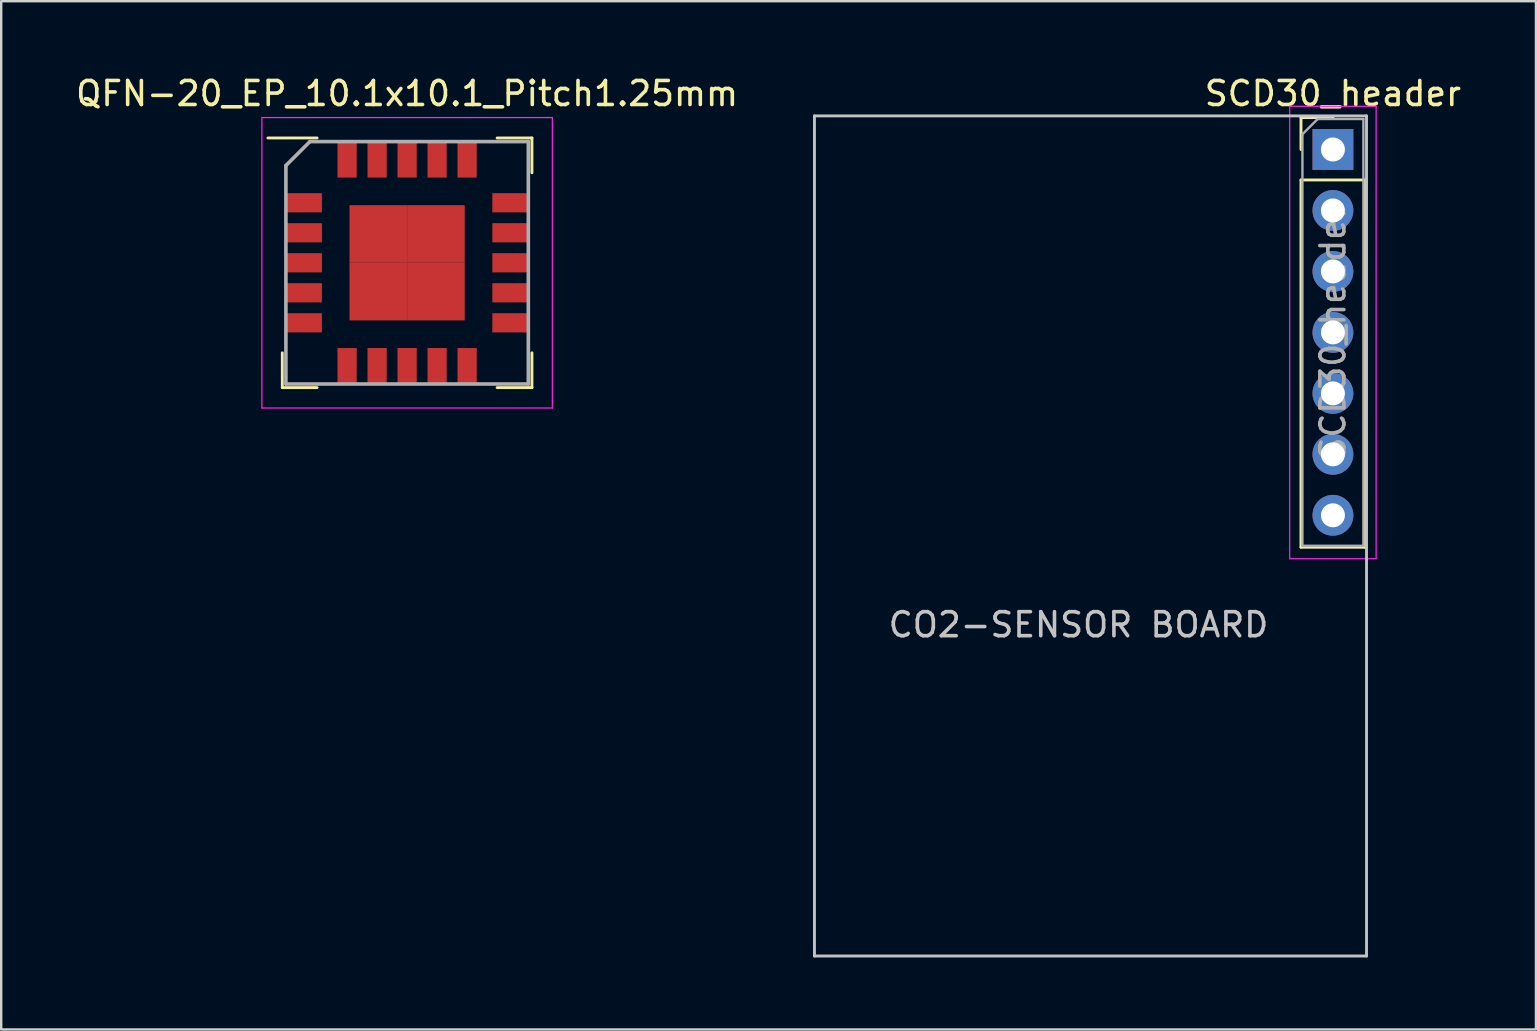
<source format=kicad_pcb>
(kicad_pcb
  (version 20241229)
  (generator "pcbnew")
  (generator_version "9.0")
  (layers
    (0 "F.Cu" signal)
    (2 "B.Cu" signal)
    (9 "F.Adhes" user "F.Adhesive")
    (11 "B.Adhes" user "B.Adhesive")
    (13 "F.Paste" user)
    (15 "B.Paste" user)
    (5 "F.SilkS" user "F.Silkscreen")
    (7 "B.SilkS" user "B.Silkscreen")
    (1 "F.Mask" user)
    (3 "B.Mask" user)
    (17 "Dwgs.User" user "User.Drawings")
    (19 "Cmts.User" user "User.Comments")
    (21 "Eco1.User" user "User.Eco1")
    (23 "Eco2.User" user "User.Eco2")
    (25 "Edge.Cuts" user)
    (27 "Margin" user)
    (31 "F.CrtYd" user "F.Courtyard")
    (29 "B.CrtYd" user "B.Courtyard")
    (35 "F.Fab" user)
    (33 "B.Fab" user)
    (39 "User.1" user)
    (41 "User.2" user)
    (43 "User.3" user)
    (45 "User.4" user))
  (footprint "QFN-20_EP_10.1x10.1_Pitch1.25mm"
    (layer "F.Cu")
    (at 13.911 7.898)
    (property "Reference" "QFN-20_EP_10.1x10.1_Pitch1.25mm" (at 0 -7.05 0) (layer "F.SilkS") (effects (font (size 1 1) (thickness 0.15))))
    (attr smd)
    (fp_line (start -5.2 5.2) (end -5.2 3.75) (stroke (width 0.12) (type solid)) (layer "F.SilkS"))
    (fp_line (start -3.75 -5.2) (end -5.8 -5.2) (stroke (width 0.12) (type solid)) (layer "F.SilkS"))
    (fp_line (start -3.75 5.2) (end -5.2 5.2) (stroke (width 0.12) (type solid)) (layer "F.SilkS"))
    (fp_line (start 3.75 -5.2) (end 5.2 -5.2) (stroke (width 0.12) (type solid)) (layer "F.SilkS"))
    (fp_line (start 3.75 5.2) (end 5.2 5.2) (stroke (width 0.12) (type solid)) (layer "F.SilkS"))
    (fp_line (start 5.2 -5.2) (end 5.2 -3.75) (stroke (width 0.12) (type solid)) (layer "F.SilkS"))
    (fp_line (start 5.2 5.2) (end 5.2 3.75) (stroke (width 0.12) (type solid)) (layer "F.SilkS"))
    (fp_line (start -6.05 -6.05) (end 6.05 -6.05) (stroke (width 0.05) (type solid)) (layer "F.CrtYd"))
    (fp_line (start -6.05 6.05) (end -6.05 -6.05) (stroke (width 0.05) (type solid)) (layer "F.CrtYd"))
    (fp_line (start 6.05 -6.05) (end 6.05 6.05) (stroke (width 0.05) (type solid)) (layer "F.CrtYd"))
    (fp_line (start 6.05 6.05) (end -6.05 6.05) (stroke (width 0.05) (type solid)) (layer "F.CrtYd"))
    (fp_line (start -5.05 -4.05) (end -5.05 5.05) (stroke (width 0.15) (type solid)) (layer "F.Fab"))
    (fp_line (start -5.05 5.05) (end 5.05 5.05) (stroke (width 0.15) (type solid)) (layer "F.Fab"))
    (fp_line (start -4.05 -5.05) (end -5.05 -4.05) (stroke (width 0.15) (type solid)) (layer "F.Fab"))
    (fp_line (start 5.05 -5.05) (end -4.05 -5.05) (stroke (width 0.15) (type solid)) (layer "F.Fab"))
    (fp_line (start 5.05 5.05) (end 5.05 -5.05) (stroke (width 0.15) (type solid)) (layer "F.Fab"))
    (pad "1" smd rect (at -4.3 -2.5 90) (size 0.8 1.5) (layers "F.Cu" "F.Mask" "F.Paste"))
    (pad "2" smd rect (at -4.3 -1.25 90) (size 0.8 1.5) (layers "F.Cu" "F.Mask" "F.Paste"))
    (pad "3" smd rect (at -4.3 0 90) (size 0.8 1.5) (layers "F.Cu" "F.Mask" "F.Paste"))
    (pad "4" smd rect (at -4.3 1.25 90) (size 0.8 1.5) (layers "F.Cu" "F.Mask" "F.Paste"))
    (pad "5" smd rect (at -4.3 2.5 90) (size 0.8 1.5) (layers "F.Cu" "F.Mask" "F.Paste"))
    (pad "6" smd rect (at -2.5 4.3) (size 0.8 1.5) (layers "F.Cu" "F.Mask" "F.Paste"))
    (pad "7" smd rect (at -1.25 4.3) (size 0.8 1.5) (layers "F.Cu" "F.Mask" "F.Paste"))
    (pad "8" smd rect (at 0 4.3) (size 0.8 1.5) (layers "F.Cu" "F.Mask" "F.Paste"))
    (pad "9" smd rect (at 1.25 4.3) (size 0.8 1.5) (layers "F.Cu" "F.Mask" "F.Paste"))
    (pad "10" smd rect (at 2.5 4.3) (size 0.8 1.5) (layers "F.Cu" "F.Mask" "F.Paste"))
    (pad "11" smd rect (at 4.3 2.5 90) (size 0.8 1.5) (layers "F.Cu" "F.Mask" "F.Paste"))
    (pad "12" smd rect (at 4.3 1.25 90) (size 0.8 1.5) (layers "F.Cu" "F.Mask" "F.Paste"))
    (pad "13" smd rect (at 4.3 0 90) (size 0.8 1.5) (layers "F.Cu" "F.Mask" "F.Paste"))
    (pad "14" smd rect (at 4.3 -1.25 90) (size 0.8 1.5) (layers "F.Cu" "F.Mask" "F.Paste"))
    (pad "15" smd rect (at 4.3 -2.5 90) (size 0.8 1.5) (layers "F.Cu" "F.Mask" "F.Paste"))
    (pad "16" smd rect (at 2.5 -4.3) (size 0.8 1.5) (layers "F.Cu" "F.Mask" "F.Paste"))
    (pad "17" smd rect (at 1.25 -4.3) (size 0.8 1.5) (layers "F.Cu" "F.Mask" "F.Paste"))
    (pad "18" smd rect (at 0 -4.3) (size 0.8 1.5) (layers "F.Cu" "F.Mask" "F.Paste"))
    (pad "19" smd rect (at -1.25 -4.3) (size 0.8 1.5) (layers "F.Cu" "F.Mask" "F.Paste"))
    (pad "20" smd rect (at -2.5 -4.3) (size 0.8 1.5) (layers "F.Cu" "F.Mask" "F.Paste"))
    (pad "21" smd rect (at -1.2 -1.2) (size 2.4 2.4) (layers "F.Cu" "F.Mask" "F.Paste"))
    (pad "21" smd rect (at -1.2 1.2) (size 2.4 2.4) (layers "F.Cu" "F.Mask" "F.Paste"))
    (pad "21" smd rect (at 1.2 -1.2) (size 2.4 2.4) (layers "F.Cu" "F.Mask" "F.Paste"))
    (pad "21" smd rect (at 1.2 1.2) (size 2.4 2.4) (layers "F.Cu" "F.Mask" "F.Paste")))
  (footprint "SCD30_header"
    (layer "F.Cu")
    (at 52.481 3.178)
    (property "Reference" "SCD30_header" (at 0 -2.33 0) (layer "F.SilkS") (effects (font (size 1 1) (thickness 0.15))))
    (attr through_hole)
    (fp_line (start -1.33 -1.33) (end 0 -1.33) (stroke (width 0.12) (type solid)) (layer "F.SilkS"))
    (fp_line (start -1.33 0) (end -1.33 -1.33) (stroke (width 0.12) (type solid)) (layer "F.SilkS"))
    (fp_line (start -1.33 1.27) (end -1.33 16.57) (stroke (width 0.12) (type solid)) (layer "F.SilkS"))
    (fp_line (start -1.33 1.27) (end 1.33 1.27) (stroke (width 0.12) (type solid)) (layer "F.SilkS"))
    (fp_line (start -1.33 16.57) (end 1.33 16.57) (stroke (width 0.12) (type solid)) (layer "F.SilkS"))
    (fp_line (start 1.33 1.27) (end 1.33 16.57) (stroke (width 0.12) (type solid)) (layer "F.SilkS"))
    (fp_line (start -21.6 -1.4) (end 1.4 -1.4) (stroke (width 0.12) (type solid)) (layer "Dwgs.User"))
    (fp_line (start -21.6 33.6) (end -21.6 -1.4) (stroke (width 0.12) (type solid)) (layer "Dwgs.User"))
    (fp_line (start 1.4 -1.4) (end 1.4 33.6) (stroke (width 0.12) (type solid)) (layer "Dwgs.User"))
    (fp_line (start 1.4 33.6) (end -21.6 33.6) (stroke (width 0.12) (type solid)) (layer "Dwgs.User"))
    (fp_line (start -1.8 -1.8) (end -1.8 17.05) (stroke (width 0.05) (type solid)) (layer "F.CrtYd"))
    (fp_line (start -1.8 17.05) (end 1.8 17.05) (stroke (width 0.05) (type solid)) (layer "F.CrtYd"))
    (fp_line (start 1.8 -1.8) (end -1.8 -1.8) (stroke (width 0.05) (type solid)) (layer "F.CrtYd"))
    (fp_line (start 1.8 17.05) (end 1.8 -1.8) (stroke (width 0.05) (type solid)) (layer "F.CrtYd"))
    (fp_line (start -1.27 -0.635) (end -0.635 -1.27) (stroke (width 0.1) (type solid)) (layer "F.Fab"))
    (fp_line (start -1.27 16.51) (end -1.27 -0.635) (stroke (width 0.1) (type solid)) (layer "F.Fab"))
    (fp_line (start -0.635 -1.27) (end 1.27 -1.27) (stroke (width 0.1) (type solid)) (layer "F.Fab"))
    (fp_line (start 1.27 -1.27) (end 1.27 16.51) (stroke (width 0.1) (type solid)) (layer "F.Fab"))
    (fp_line (start 1.27 16.51) (end -1.27 16.51) (stroke (width 0.1) (type solid)) (layer "F.Fab"))
    (fp_text user "CO2-SENSOR BOARD" (at -10.6 19.8 0) (layer "Dwgs.User") (effects (font (size 1 1) (thickness 0.15))))
    (fp_text user "${REFERENCE}" (at 0 7.62 90) (layer "F.Fab") (effects (font (size 1 1) (thickness 0.15))))
    (pad "1" thru_hole rect (at 0 0) (size 1.7 1.7) (drill 1) (layers "*.Cu" "*.Mask"))
    (pad "2" thru_hole oval (at 0 2.54) (size 1.7 1.7) (drill 1) (layers "*.Cu" "*.Mask"))
    (pad "3" thru_hole oval (at 0 5.08) (size 1.7 1.7) (drill 1) (layers "*.Cu" "*.Mask"))
    (pad "4" thru_hole oval (at 0 7.62) (size 1.7 1.7) (drill 1) (layers "*.Cu" "*.Mask"))
    (pad "5" thru_hole oval (at 0 10.16) (size 1.7 1.7) (drill 1) (layers "*.Cu" "*.Mask"))
    (pad "6" thru_hole oval (at 0 12.7) (size 1.7 1.7) (drill 1) (layers "*.Cu" "*.Mask"))
    (pad "7" thru_hole oval (at 0 15.24) (size 1.7 1.7) (drill 1) (layers "*.Cu" "*.Mask")))
  (gr_rect
    (start -3 -3)
    (end 60.94 39.838)
    (stroke (width 0.1) (type default))
    (fill no)
    (layer "Edge.Cuts")))
</source>
